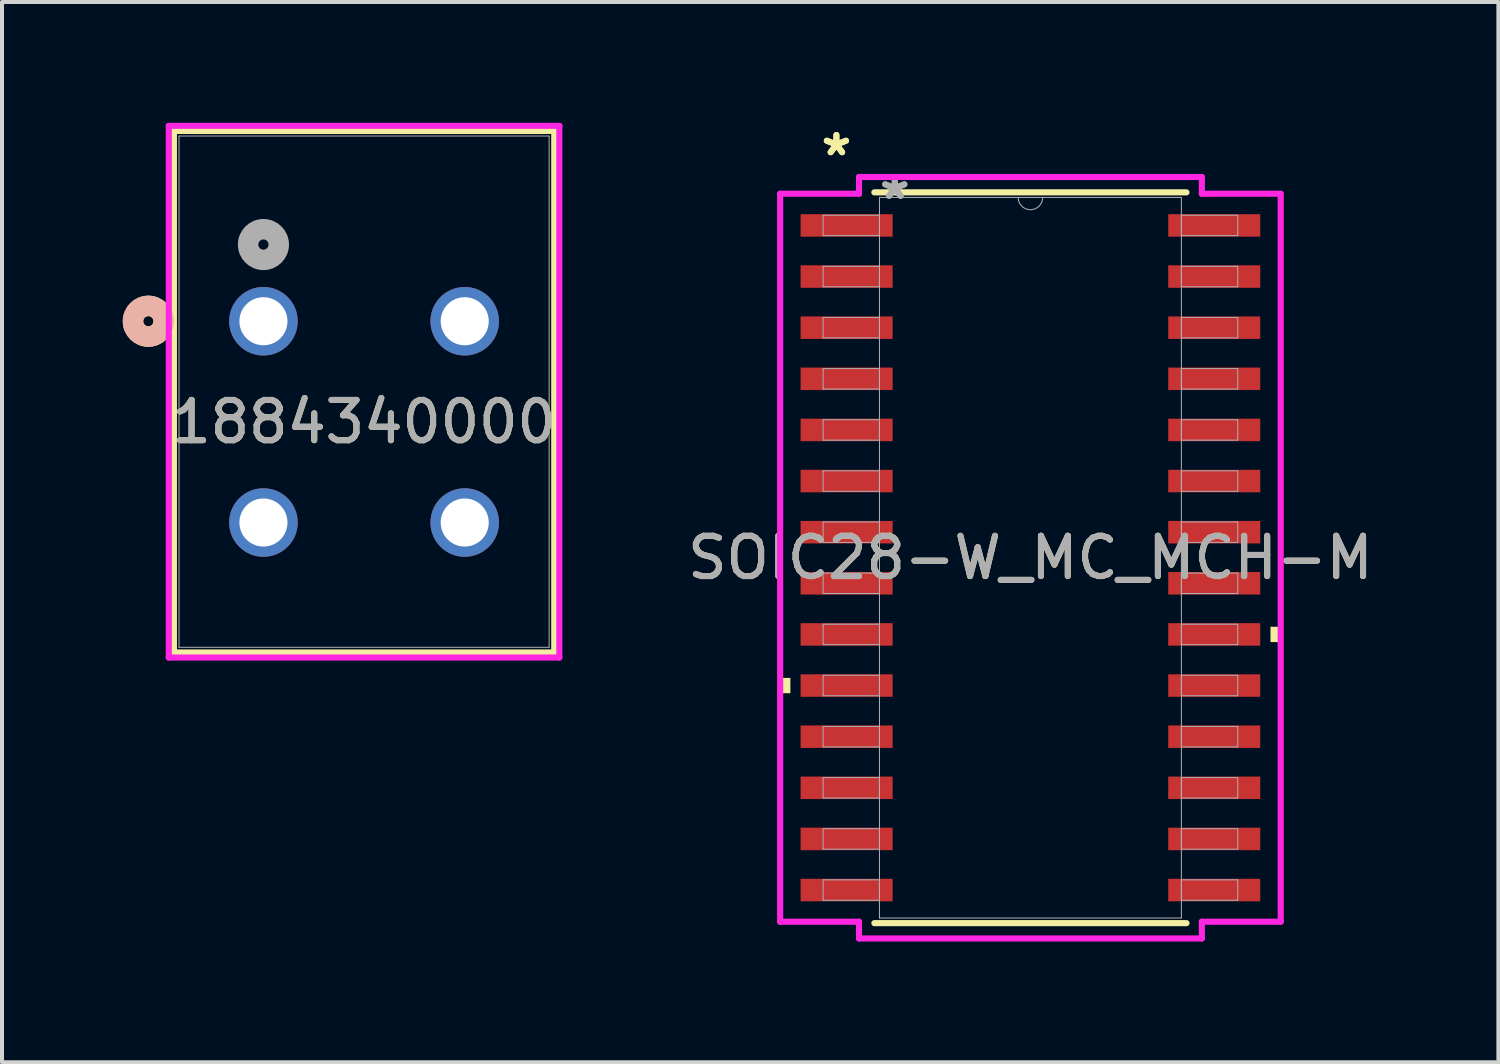
<source format=kicad_pcb>
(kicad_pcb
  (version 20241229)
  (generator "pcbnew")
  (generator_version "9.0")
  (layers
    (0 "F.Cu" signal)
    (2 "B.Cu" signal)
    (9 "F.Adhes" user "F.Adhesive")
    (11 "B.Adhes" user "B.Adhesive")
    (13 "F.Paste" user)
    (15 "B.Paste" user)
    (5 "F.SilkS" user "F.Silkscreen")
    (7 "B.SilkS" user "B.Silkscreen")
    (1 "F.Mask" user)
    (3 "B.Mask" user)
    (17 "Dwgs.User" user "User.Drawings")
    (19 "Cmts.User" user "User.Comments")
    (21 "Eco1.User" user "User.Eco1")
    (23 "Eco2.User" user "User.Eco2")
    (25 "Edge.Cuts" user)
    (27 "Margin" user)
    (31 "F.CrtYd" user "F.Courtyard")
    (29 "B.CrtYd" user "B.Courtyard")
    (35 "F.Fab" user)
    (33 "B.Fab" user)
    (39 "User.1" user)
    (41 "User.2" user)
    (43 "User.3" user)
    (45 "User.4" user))
  (footprint "1884340000"
    (layer "F.Cu")
    (at 3.494 4.93)
    (property "Reference" "1884340000" (at 2.5 2.5 0) (unlocked yes) (layer "F.SilkS") (effects (font (size 1 1) (thickness 0.15))))
    (attr through_hole)
    (fp_line (start -2.224 -4.727) (end -2.224 8.227) (stroke (width 0.152) (type solid)) (layer "F.SilkS"))
    (fp_line (start -2.224 8.227) (end 7.224 8.227) (stroke (width 0.152) (type solid)) (layer "F.SilkS"))
    (fp_line (start 7.224 -4.727) (end -2.224 -4.727) (stroke (width 0.152) (type solid)) (layer "F.SilkS"))
    (fp_line (start 7.224 8.227) (end 7.224 -4.727) (stroke (width 0.152) (type solid)) (layer "F.SilkS"))
    (fp_circle (center -2.859 0) (end -2.478 0) (stroke (width 0.508) (type solid)) (fill no) (layer "F.SilkS"))
    (fp_circle (center -2.859 0) (end -2.478 0) (stroke (width 0.508) (type solid)) (fill no) (layer "B.SilkS"))
    (fp_line (start -2.351 -4.854) (end -2.351 8.354) (stroke (width 0.152) (type solid)) (layer "F.CrtYd"))
    (fp_line (start -2.351 8.354) (end 7.351 8.354) (stroke (width 0.152) (type solid)) (layer "F.CrtYd"))
    (fp_line (start 7.351 -4.854) (end -2.351 -4.854) (stroke (width 0.152) (type solid)) (layer "F.CrtYd"))
    (fp_line (start 7.351 8.354) (end 7.351 -4.854) (stroke (width 0.152) (type solid)) (layer "F.CrtYd"))
    (fp_line (start -2.097 -4.6) (end -2.097 8.1) (stroke (width 0.025) (type solid)) (layer "F.Fab"))
    (fp_line (start -2.097 8.1) (end 7.097 8.1) (stroke (width 0.025) (type solid)) (layer "F.Fab"))
    (fp_line (start 7.097 -4.6) (end -2.097 -4.6) (stroke (width 0.025) (type solid)) (layer "F.Fab"))
    (fp_line (start 7.097 8.1) (end 7.097 -4.6) (stroke (width 0.025) (type solid)) (layer "F.Fab"))
    (fp_circle (center 0 -1.905) (end 0.381 -1.905) (stroke (width 0.508) (type solid)) (fill no) (layer "F.Fab"))
    (fp_text user "${REFERENCE}" (at 2.5 2.5 0) (unlocked yes) (layer "F.Fab") (effects (font (size 1 1) (thickness 0.15))))
    (pad "1" thru_hole circle (at 0 0) (size 1.702 1.702) (drill 1.194) (layers "*.Cu" "*.Mask"))
    (pad "2" thru_hole circle (at 0 5) (size 1.702 1.702) (drill 1.194) (layers "*.Cu" "*.Mask"))
    (pad "3" thru_hole circle (at 5 0) (size 1.702 1.702) (drill 1.194) (layers "*.Cu" "*.Mask"))
    (pad "4" thru_hole circle (at 5 5) (size 1.702 1.702) (drill 1.194) (layers "*.Cu" "*.Mask")))
  (footprint "SOIC28-W_MC_MCH-M"
    (layer "F.Cu")
    (at 22.547 10.805)
    (property "Reference" "SOIC28-W_MC_MCH-M" (at 0 0 0) (unlocked yes) (layer "F.SilkS") (effects (font (size 1 1) (thickness 0.15))))
    (attr smd)
    (fp_line (start -3.877 9.077) (end 3.877 9.077) (stroke (width 0.152) (type solid)) (layer "F.SilkS"))
    (fp_line (start 3.877 -9.077) (end -3.877 -9.077) (stroke (width 0.152) (type solid)) (layer "F.SilkS"))
    (fp_poly (pts (xy -6.217 2.985) (xy -6.217 3.365) (xy -5.963 3.365) (xy -5.963 2.985)) (stroke (width 0) (type solid)) (fill yes) (layer "F.SilkS"))
    (fp_poly (pts (xy 6.217 1.714) (xy 6.217 2.095) (xy 5.963 2.095) (xy 5.963 1.714)) (stroke (width 0) (type solid)) (fill yes) (layer "F.SilkS"))
    (fp_line (start -6.217 -9.042) (end -4.258 -9.042) (stroke (width 0.152) (type solid)) (layer "F.CrtYd"))
    (fp_line (start -6.217 9.042) (end -6.217 -9.042) (stroke (width 0.152) (type solid)) (layer "F.CrtYd"))
    (fp_line (start -6.217 9.042) (end -4.258 9.042) (stroke (width 0.152) (type solid)) (layer "F.CrtYd"))
    (fp_line (start -4.258 -9.458) (end 4.258 -9.458) (stroke (width 0.152) (type solid)) (layer "F.CrtYd"))
    (fp_line (start -4.258 -9.042) (end -4.258 -9.458) (stroke (width 0.152) (type solid)) (layer "F.CrtYd"))
    (fp_line (start -4.258 9.458) (end -4.258 9.042) (stroke (width 0.152) (type solid)) (layer "F.CrtYd"))
    (fp_line (start 4.258 -9.458) (end 4.258 -9.042) (stroke (width 0.152) (type solid)) (layer "F.CrtYd"))
    (fp_line (start 4.258 9.042) (end 4.258 9.458) (stroke (width 0.152) (type solid)) (layer "F.CrtYd"))
    (fp_line (start 4.258 9.458) (end -4.258 9.458) (stroke (width 0.152) (type solid)) (layer "F.CrtYd"))
    (fp_line (start 6.217 -9.042) (end 4.258 -9.042) (stroke (width 0.152) (type solid)) (layer "F.CrtYd"))
    (fp_line (start 6.217 -9.042) (end 6.217 9.042) (stroke (width 0.152) (type solid)) (layer "F.CrtYd"))
    (fp_line (start 6.217 9.042) (end 4.258 9.042) (stroke (width 0.152) (type solid)) (layer "F.CrtYd"))
    (fp_line (start -5.15 -8.509) (end -5.15 -8.001) (stroke (width 0.025) (type solid)) (layer "F.Fab"))
    (fp_line (start -5.15 -8.001) (end -3.75 -8.001) (stroke (width 0.025) (type solid)) (layer "F.Fab"))
    (fp_line (start -5.15 -7.239) (end -5.15 -6.731) (stroke (width 0.025) (type solid)) (layer "F.Fab"))
    (fp_line (start -5.15 -6.731) (end -3.75 -6.731) (stroke (width 0.025) (type solid)) (layer "F.Fab"))
    (fp_line (start -5.15 -5.969) (end -5.15 -5.461) (stroke (width 0.025) (type solid)) (layer "F.Fab"))
    (fp_line (start -5.15 -5.461) (end -3.75 -5.461) (stroke (width 0.025) (type solid)) (layer "F.Fab"))
    (fp_line (start -5.15 -4.699) (end -5.15 -4.191) (stroke (width 0.025) (type solid)) (layer "F.Fab"))
    (fp_line (start -5.15 -4.191) (end -3.75 -4.191) (stroke (width 0.025) (type solid)) (layer "F.Fab"))
    (fp_line (start -5.15 -3.429) (end -5.15 -2.921) (stroke (width 0.025) (type solid)) (layer "F.Fab"))
    (fp_line (start -5.15 -2.921) (end -3.75 -2.921) (stroke (width 0.025) (type solid)) (layer "F.Fab"))
    (fp_line (start -5.15 -2.159) (end -5.15 -1.651) (stroke (width 0.025) (type solid)) (layer "F.Fab"))
    (fp_line (start -5.15 -1.651) (end -3.75 -1.651) (stroke (width 0.025) (type solid)) (layer "F.Fab"))
    (fp_line (start -5.15 -0.889) (end -5.15 -0.381) (stroke (width 0.025) (type solid)) (layer "F.Fab"))
    (fp_line (start -5.15 -0.381) (end -3.75 -0.381) (stroke (width 0.025) (type solid)) (layer "F.Fab"))
    (fp_line (start -5.15 0.381) (end -5.15 0.889) (stroke (width 0.025) (type solid)) (layer "F.Fab"))
    (fp_line (start -5.15 0.889) (end -3.75 0.889) (stroke (width 0.025) (type solid)) (layer "F.Fab"))
    (fp_line (start -5.15 1.651) (end -5.15 2.159) (stroke (width 0.025) (type solid)) (layer "F.Fab"))
    (fp_line (start -5.15 2.159) (end -3.75 2.159) (stroke (width 0.025) (type solid)) (layer "F.Fab"))
    (fp_line (start -5.15 2.921) (end -5.15 3.429) (stroke (width 0.025) (type solid)) (layer "F.Fab"))
    (fp_line (start -5.15 3.429) (end -3.75 3.429) (stroke (width 0.025) (type solid)) (layer "F.Fab"))
    (fp_line (start -5.15 4.191) (end -5.15 4.699) (stroke (width 0.025) (type solid)) (layer "F.Fab"))
    (fp_line (start -5.15 4.699) (end -3.75 4.699) (stroke (width 0.025) (type solid)) (layer "F.Fab"))
    (fp_line (start -5.15 5.461) (end -5.15 5.969) (stroke (width 0.025) (type solid)) (layer "F.Fab"))
    (fp_line (start -5.15 5.969) (end -3.75 5.969) (stroke (width 0.025) (type solid)) (layer "F.Fab"))
    (fp_line (start -5.15 6.731) (end -5.15 7.239) (stroke (width 0.025) (type solid)) (layer "F.Fab"))
    (fp_line (start -5.15 7.239) (end -3.75 7.239) (stroke (width 0.025) (type solid)) (layer "F.Fab"))
    (fp_line (start -5.15 8.001) (end -5.15 8.509) (stroke (width 0.025) (type solid)) (layer "F.Fab"))
    (fp_line (start -5.15 8.509) (end -3.75 8.509) (stroke (width 0.025) (type solid)) (layer "F.Fab"))
    (fp_line (start -3.75 -8.95) (end -3.75 8.95) (stroke (width 0.025) (type solid)) (layer "F.Fab"))
    (fp_line (start -3.75 -8.509) (end -5.15 -8.509) (stroke (width 0.025) (type solid)) (layer "F.Fab"))
    (fp_line (start -3.75 -8.001) (end -3.75 -8.509) (stroke (width 0.025) (type solid)) (layer "F.Fab"))
    (fp_line (start -3.75 -7.239) (end -5.15 -7.239) (stroke (width 0.025) (type solid)) (layer "F.Fab"))
    (fp_line (start -3.75 -6.731) (end -3.75 -7.239) (stroke (width 0.025) (type solid)) (layer "F.Fab"))
    (fp_line (start -3.75 -5.969) (end -5.15 -5.969) (stroke (width 0.025) (type solid)) (layer "F.Fab"))
    (fp_line (start -3.75 -5.461) (end -3.75 -5.969) (stroke (width 0.025) (type solid)) (layer "F.Fab"))
    (fp_line (start -3.75 -4.699) (end -5.15 -4.699) (stroke (width 0.025) (type solid)) (layer "F.Fab"))
    (fp_line (start -3.75 -4.191) (end -3.75 -4.699) (stroke (width 0.025) (type solid)) (layer "F.Fab"))
    (fp_line (start -3.75 -3.429) (end -5.15 -3.429) (stroke (width 0.025) (type solid)) (layer "F.Fab"))
    (fp_line (start -3.75 -2.921) (end -3.75 -3.429) (stroke (width 0.025) (type solid)) (layer "F.Fab"))
    (fp_line (start -3.75 -2.159) (end -5.15 -2.159) (stroke (width 0.025) (type solid)) (layer "F.Fab"))
    (fp_line (start -3.75 -1.651) (end -3.75 -2.159) (stroke (width 0.025) (type solid)) (layer "F.Fab"))
    (fp_line (start -3.75 -0.889) (end -5.15 -0.889) (stroke (width 0.025) (type solid)) (layer "F.Fab"))
    (fp_line (start -3.75 -0.381) (end -3.75 -0.889) (stroke (width 0.025) (type solid)) (layer "F.Fab"))
    (fp_line (start -3.75 0.381) (end -5.15 0.381) (stroke (width 0.025) (type solid)) (layer "F.Fab"))
    (fp_line (start -3.75 0.889) (end -3.75 0.381) (stroke (width 0.025) (type solid)) (layer "F.Fab"))
    (fp_line (start -3.75 1.651) (end -5.15 1.651) (stroke (width 0.025) (type solid)) (layer "F.Fab"))
    (fp_line (start -3.75 2.159) (end -3.75 1.651) (stroke (width 0.025) (type solid)) (layer "F.Fab"))
    (fp_line (start -3.75 2.921) (end -5.15 2.921) (stroke (width 0.025) (type solid)) (layer "F.Fab"))
    (fp_line (start -3.75 3.429) (end -3.75 2.921) (stroke (width 0.025) (type solid)) (layer "F.Fab"))
    (fp_line (start -3.75 4.191) (end -5.15 4.191) (stroke (width 0.025) (type solid)) (layer "F.Fab"))
    (fp_line (start -3.75 4.699) (end -3.75 4.191) (stroke (width 0.025) (type solid)) (layer "F.Fab"))
    (fp_line (start -3.75 5.461) (end -5.15 5.461) (stroke (width 0.025) (type solid)) (layer "F.Fab"))
    (fp_line (start -3.75 5.969) (end -3.75 5.461) (stroke (width 0.025) (type solid)) (layer "F.Fab"))
    (fp_line (start -3.75 6.731) (end -5.15 6.731) (stroke (width 0.025) (type solid)) (layer "F.Fab"))
    (fp_line (start -3.75 7.239) (end -3.75 6.731) (stroke (width 0.025) (type solid)) (layer "F.Fab"))
    (fp_line (start -3.75 8.001) (end -5.15 8.001) (stroke (width 0.025) (type solid)) (layer "F.Fab"))
    (fp_line (start -3.75 8.509) (end -3.75 8.001) (stroke (width 0.025) (type solid)) (layer "F.Fab"))
    (fp_line (start -3.75 8.95) (end 3.75 8.95) (stroke (width 0.025) (type solid)) (layer "F.Fab"))
    (fp_line (start 3.75 -8.95) (end -3.75 -8.95) (stroke (width 0.025) (type solid)) (layer "F.Fab"))
    (fp_line (start 3.75 -8.509) (end 3.75 -8.001) (stroke (width 0.025) (type solid)) (layer "F.Fab"))
    (fp_line (start 3.75 -8.001) (end 5.15 -8.001) (stroke (width 0.025) (type solid)) (layer "F.Fab"))
    (fp_line (start 3.75 -7.239) (end 3.75 -6.731) (stroke (width 0.025) (type solid)) (layer "F.Fab"))
    (fp_line (start 3.75 -6.731) (end 5.15 -6.731) (stroke (width 0.025) (type solid)) (layer "F.Fab"))
    (fp_line (start 3.75 -5.969) (end 3.75 -5.461) (stroke (width 0.025) (type solid)) (layer "F.Fab"))
    (fp_line (start 3.75 -5.461) (end 5.15 -5.461) (stroke (width 0.025) (type solid)) (layer "F.Fab"))
    (fp_line (start 3.75 -4.699) (end 3.75 -4.191) (stroke (width 0.025) (type solid)) (layer "F.Fab"))
    (fp_line (start 3.75 -4.191) (end 5.15 -4.191) (stroke (width 0.025) (type solid)) (layer "F.Fab"))
    (fp_line (start 3.75 -3.429) (end 3.75 -2.921) (stroke (width 0.025) (type solid)) (layer "F.Fab"))
    (fp_line (start 3.75 -2.921) (end 5.15 -2.921) (stroke (width 0.025) (type solid)) (layer "F.Fab"))
    (fp_line (start 3.75 -2.159) (end 3.75 -1.651) (stroke (width 0.025) (type solid)) (layer "F.Fab"))
    (fp_line (start 3.75 -1.651) (end 5.15 -1.651) (stroke (width 0.025) (type solid)) (layer "F.Fab"))
    (fp_line (start 3.75 -0.889) (end 3.75 -0.381) (stroke (width 0.025) (type solid)) (layer "F.Fab"))
    (fp_line (start 3.75 -0.381) (end 5.15 -0.381) (stroke (width 0.025) (type solid)) (layer "F.Fab"))
    (fp_line (start 3.75 0.381) (end 3.75 0.889) (stroke (width 0.025) (type solid)) (layer "F.Fab"))
    (fp_line (start 3.75 0.889) (end 5.15 0.889) (stroke (width 0.025) (type solid)) (layer "F.Fab"))
    (fp_line (start 3.75 1.651) (end 3.75 2.159) (stroke (width 0.025) (type solid)) (layer "F.Fab"))
    (fp_line (start 3.75 2.159) (end 5.15 2.159) (stroke (width 0.025) (type solid)) (layer "F.Fab"))
    (fp_line (start 3.75 2.921) (end 3.75 3.429) (stroke (width 0.025) (type solid)) (layer "F.Fab"))
    (fp_line (start 3.75 3.429) (end 5.15 3.429) (stroke (width 0.025) (type solid)) (layer "F.Fab"))
    (fp_line (start 3.75 4.191) (end 3.75 4.699) (stroke (width 0.025) (type solid)) (layer "F.Fab"))
    (fp_line (start 3.75 4.699) (end 5.15 4.699) (stroke (width 0.025) (type solid)) (layer "F.Fab"))
    (fp_line (start 3.75 5.461) (end 3.75 5.969) (stroke (width 0.025) (type solid)) (layer "F.Fab"))
    (fp_line (start 3.75 5.969) (end 5.15 5.969) (stroke (width 0.025) (type solid)) (layer "F.Fab"))
    (fp_line (start 3.75 6.731) (end 3.75 7.239) (stroke (width 0.025) (type solid)) (layer "F.Fab"))
    (fp_line (start 3.75 7.239) (end 5.15 7.239) (stroke (width 0.025) (type solid)) (layer "F.Fab"))
    (fp_line (start 3.75 8.001) (end 3.75 8.509) (stroke (width 0.025) (type solid)) (layer "F.Fab"))
    (fp_line (start 3.75 8.509) (end 5.15 8.509) (stroke (width 0.025) (type solid)) (layer "F.Fab"))
    (fp_line (start 3.75 8.95) (end 3.75 -8.95) (stroke (width 0.025) (type solid)) (layer "F.Fab"))
    (fp_line (start 5.15 -8.509) (end 3.75 -8.509) (stroke (width 0.025) (type solid)) (layer "F.Fab"))
    (fp_line (start 5.15 -8.001) (end 5.15 -8.509) (stroke (width 0.025) (type solid)) (layer "F.Fab"))
    (fp_line (start 5.15 -7.239) (end 3.75 -7.239) (stroke (width 0.025) (type solid)) (layer "F.Fab"))
    (fp_line (start 5.15 -6.731) (end 5.15 -7.239) (stroke (width 0.025) (type solid)) (layer "F.Fab"))
    (fp_line (start 5.15 -5.969) (end 3.75 -5.969) (stroke (width 0.025) (type solid)) (layer "F.Fab"))
    (fp_line (start 5.15 -5.461) (end 5.15 -5.969) (stroke (width 0.025) (type solid)) (layer "F.Fab"))
    (fp_line (start 5.15 -4.699) (end 3.75 -4.699) (stroke (width 0.025) (type solid)) (layer "F.Fab"))
    (fp_line (start 5.15 -4.191) (end 5.15 -4.699) (stroke (width 0.025) (type solid)) (layer "F.Fab"))
    (fp_line (start 5.15 -3.429) (end 3.75 -3.429) (stroke (width 0.025) (type solid)) (layer "F.Fab"))
    (fp_line (start 5.15 -2.921) (end 5.15 -3.429) (stroke (width 0.025) (type solid)) (layer "F.Fab"))
    (fp_line (start 5.15 -2.159) (end 3.75 -2.159) (stroke (width 0.025) (type solid)) (layer "F.Fab"))
    (fp_line (start 5.15 -1.651) (end 5.15 -2.159) (stroke (width 0.025) (type solid)) (layer "F.Fab"))
    (fp_line (start 5.15 -0.889) (end 3.75 -0.889) (stroke (width 0.025) (type solid)) (layer "F.Fab"))
    (fp_line (start 5.15 -0.381) (end 5.15 -0.889) (stroke (width 0.025) (type solid)) (layer "F.Fab"))
    (fp_line (start 5.15 0.381) (end 3.75 0.381) (stroke (width 0.025) (type solid)) (layer "F.Fab"))
    (fp_line (start 5.15 0.889) (end 5.15 0.381) (stroke (width 0.025) (type solid)) (layer "F.Fab"))
    (fp_line (start 5.15 1.651) (end 3.75 1.651) (stroke (width 0.025) (type solid)) (layer "F.Fab"))
    (fp_line (start 5.15 2.159) (end 5.15 1.651) (stroke (width 0.025) (type solid)) (layer "F.Fab"))
    (fp_line (start 5.15 2.921) (end 3.75 2.921) (stroke (width 0.025) (type solid)) (layer "F.Fab"))
    (fp_line (start 5.15 3.429) (end 5.15 2.921) (stroke (width 0.025) (type solid)) (layer "F.Fab"))
    (fp_line (start 5.15 4.191) (end 3.75 4.191) (stroke (width 0.025) (type solid)) (layer "F.Fab"))
    (fp_line (start 5.15 4.699) (end 5.15 4.191) (stroke (width 0.025) (type solid)) (layer "F.Fab"))
    (fp_line (start 5.15 5.461) (end 3.75 5.461) (stroke (width 0.025) (type solid)) (layer "F.Fab"))
    (fp_line (start 5.15 5.969) (end 5.15 5.461) (stroke (width 0.025) (type solid)) (layer "F.Fab"))
    (fp_line (start 5.15 6.731) (end 3.75 6.731) (stroke (width 0.025) (type solid)) (layer "F.Fab"))
    (fp_line (start 5.15 7.239) (end 5.15 6.731) (stroke (width 0.025) (type solid)) (layer "F.Fab"))
    (fp_line (start 5.15 8.001) (end 3.75 8.001) (stroke (width 0.025) (type solid)) (layer "F.Fab"))
    (fp_line (start 5.15 8.509) (end 5.15 8.001) (stroke (width 0.025) (type solid)) (layer "F.Fab"))
    (fp_arc (start 0.3048 -8.95) (mid 0 -8.6452) (end -0.3048 -8.95) (stroke (width 0.0254) (type solid)) (layer "F.Fab"))
    (fp_text user "*" (at -4.82 -9.957 0) (unlocked yes) (layer "F.SilkS") (effects (font (size 1 1) (thickness 0.15))))
    (fp_text user "*" (at -4.82 -9.957 0) (layer "F.SilkS") (effects (font (size 1 1) (thickness 0.15))))
    (fp_text user "*" (at -3.369 -8.874 0) (layer "F.Fab") (effects (font (size 1 1) (thickness 0.15))))
    (fp_text user "${REFERENCE}" (at 0 0 0) (unlocked yes) (layer "F.Fab") (effects (font (size 1 1) (thickness 0.15))))
    (fp_text user "*" (at -3.369 -8.874 0) (unlocked yes) (layer "F.Fab") (effects (font (size 1 1) (thickness 0.15))))
    (pad "1" smd rect (at -4.566 -8.255) (size 2.286 0.559) (layers "F.Cu" "F.Mask" "F.Paste"))
    (pad "2" smd rect (at -4.566 -6.985) (size 2.286 0.559) (layers "F.Cu" "F.Mask" "F.Paste"))
    (pad "3" smd rect (at -4.566 -5.715) (size 2.286 0.559) (layers "F.Cu" "F.Mask" "F.Paste"))
    (pad "4" smd rect (at -4.566 -4.445) (size 2.286 0.559) (layers "F.Cu" "F.Mask" "F.Paste"))
    (pad "5" smd rect (at -4.566 -3.175) (size 2.286 0.559) (layers "F.Cu" "F.Mask" "F.Paste"))
    (pad "6" smd rect (at -4.566 -1.905) (size 2.286 0.559) (layers "F.Cu" "F.Mask" "F.Paste"))
    (pad "7" smd rect (at -4.566 -0.635) (size 2.286 0.559) (layers "F.Cu" "F.Mask" "F.Paste"))
    (pad "8" smd rect (at -4.566 0.635) (size 2.286 0.559) (layers "F.Cu" "F.Mask" "F.Paste"))
    (pad "9" smd rect (at -4.566 1.905) (size 2.286 0.559) (layers "F.Cu" "F.Mask" "F.Paste"))
    (pad "10" smd rect (at -4.566 3.175) (size 2.286 0.559) (layers "F.Cu" "F.Mask" "F.Paste"))
    (pad "11" smd rect (at -4.566 4.445) (size 2.286 0.559) (layers "F.Cu" "F.Mask" "F.Paste"))
    (pad "12" smd rect (at -4.566 5.715) (size 2.286 0.559) (layers "F.Cu" "F.Mask" "F.Paste"))
    (pad "13" smd rect (at -4.566 6.985) (size 2.286 0.559) (layers "F.Cu" "F.Mask" "F.Paste"))
    (pad "14" smd rect (at -4.566 8.255) (size 2.286 0.559) (layers "F.Cu" "F.Mask" "F.Paste"))
    (pad "15" smd rect (at 4.566 8.255) (size 2.286 0.559) (layers "F.Cu" "F.Mask" "F.Paste"))
    (pad "16" smd rect (at 4.566 6.985) (size 2.286 0.559) (layers "F.Cu" "F.Mask" "F.Paste"))
    (pad "17" smd rect (at 4.566 5.715) (size 2.286 0.559) (layers "F.Cu" "F.Mask" "F.Paste"))
    (pad "18" smd rect (at 4.566 4.445) (size 2.286 0.559) (layers "F.Cu" "F.Mask" "F.Paste"))
    (pad "19" smd rect (at 4.566 3.175) (size 2.286 0.559) (layers "F.Cu" "F.Mask" "F.Paste"))
    (pad "20" smd rect (at 4.566 1.905) (size 2.286 0.559) (layers "F.Cu" "F.Mask" "F.Paste"))
    (pad "21" smd rect (at 4.566 0.635) (size 2.286 0.559) (layers "F.Cu" "F.Mask" "F.Paste"))
    (pad "22" smd rect (at 4.566 -0.635) (size 2.286 0.559) (layers "F.Cu" "F.Mask" "F.Paste"))
    (pad "23" smd rect (at 4.566 -1.905) (size 2.286 0.559) (layers "F.Cu" "F.Mask" "F.Paste"))
    (pad "24" smd rect (at 4.566 -3.175) (size 2.286 0.559) (layers "F.Cu" "F.Mask" "F.Paste"))
    (pad "25" smd rect (at 4.566 -4.445) (size 2.286 0.559) (layers "F.Cu" "F.Mask" "F.Paste"))
    (pad "26" smd rect (at 4.566 -5.715) (size 2.286 0.559) (layers "F.Cu" "F.Mask" "F.Paste"))
    (pad "27" smd rect (at 4.566 -6.985) (size 2.286 0.559) (layers "F.Cu" "F.Mask" "F.Paste"))
    (pad "28" smd rect (at 4.566 -8.255) (size 2.286 0.559) (layers "F.Cu" "F.Mask" "F.Paste")))
  (gr_rect
    (start -3 -3)
    (end 34.172 23.339)
    (stroke (width 0.1) (type default))
    (fill no)
    (layer "Edge.Cuts")))
</source>
